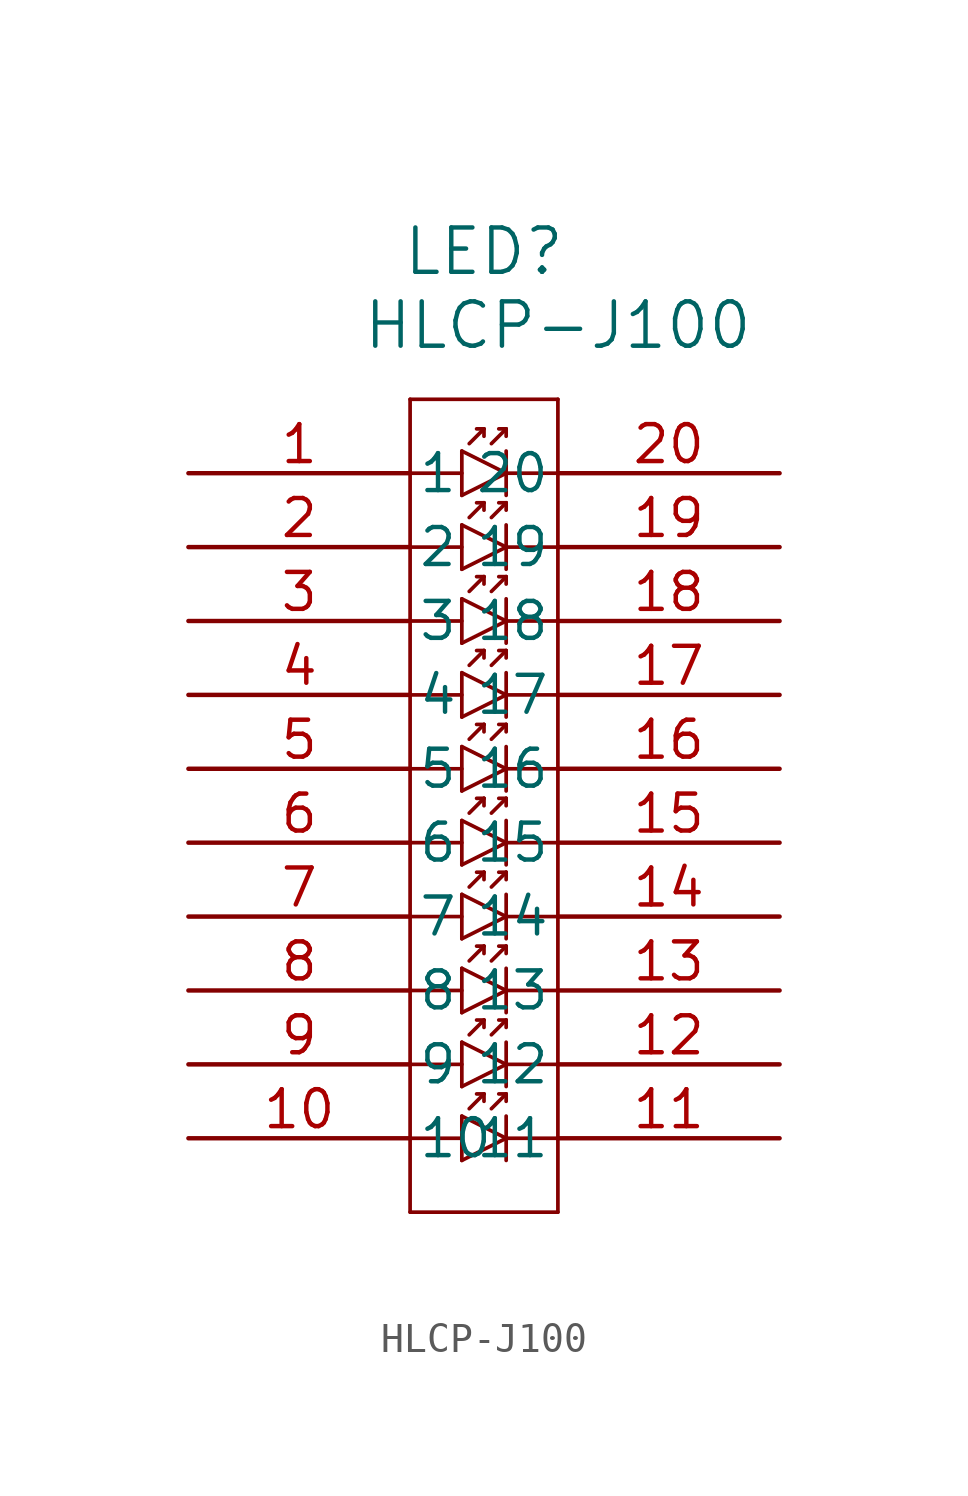
<source format=kicad_sym>
(kicad_symbol_lib
  (version 20211014)
  (generator kicad_symbol_editor)
  (symbol "HLCP-J100"
    (pin_names
      (offset 0.254))
    (property "Reference" "LED"
      (at 10.16 7.62 0)
      (effects (font (size 1.524 1.524))))
    (property "Value" "HLCP-J100"
      (at 12.7 5.08 0)
      (effects (font (size 1.524 1.524))))
    (symbol "HLCP-J100_0_1"
      (polyline (pts (xy 7.62 2.54) (xy 7.62 -25.4)) (stroke (width 0.127) (type default) (color 0 0 0 0)) (fill (type none)))
      (polyline (pts (xy 7.62 -25.4) (xy 12.7 -25.4)) (stroke (width 0.127) (type default) (color 0 0 0 0)) (fill (type none)))
      (polyline (pts (xy 12.7 -25.4) (xy 12.7 2.54)) (stroke (width 0.127) (type default) (color 0 0 0 0)) (fill (type none)))
      (polyline (pts (xy 12.7 2.54) (xy 7.62 2.54)) (stroke (width 0.127) (type default) (color 0 0 0 0)) (fill (type none)))
      (polyline (pts (xy 7.62 0) (xy 9.398 0)) (stroke (width 0.127) (type default) (color 0 0 0 0)) (fill (type none)))
      (polyline (pts (xy 9.398 0.762) (xy 9.398 -0.762)) (stroke (width 0.127) (type default) (color 0 0 0 0)) (fill (type none)))
      (polyline (pts (xy 9.398 -0.762) (xy 10.922 0)) (stroke (width 0.127) (type default) (color 0 0 0 0)) (fill (type none)))
      (polyline (pts (xy 10.922 0) (xy 9.398 0.762)) (stroke (width 0.127) (type default) (color 0 0 0 0)) (fill (type none)))
      (polyline (pts (xy 10.922 0.762) (xy 10.922 -0.762)) (stroke (width 0.127) (type default) (color 0 0 0 0)) (fill (type none)))
      (polyline (pts (xy 9.652 1.016) (xy 10.16 1.524)) (stroke (width 0.127) (type default) (color 0 0 0 0)) (fill (type none)))
      (polyline (pts (xy 10.16 1.524) (xy 9.906 1.524)) (stroke (width 0.127) (type default) (color 0 0 0 0)) (fill (type none)))
      (polyline (pts (xy 10.16 1.524) (xy 10.16 1.27)) (stroke (width 0.127) (type default) (color 0 0 0 0)) (fill (type none)))
      (polyline (pts (xy 10.414 1.016) (xy 10.922 1.524)) (stroke (width 0.127) (type default) (color 0 0 0 0)) (fill (type none)))
      (polyline (pts (xy 10.922 1.524) (xy 10.668 1.524)) (stroke (width 0.127) (type default) (color 0 0 0 0)) (fill (type none)))
      (polyline (pts (xy 10.922 1.524) (xy 10.922 1.27)) (stroke (width 0.127) (type default) (color 0 0 0 0)) (fill (type none)))
      (polyline (pts (xy 10.922 0) (xy 12.7 0)) (stroke (width 0.127) (type default) (color 0 0 0 0)) (fill (type none)))
      (polyline (pts (xy 7.62 -2.54) (xy 9.398 -2.54)) (stroke (width 0.127) (type default) (color 0 0 0 0)) (fill (type none)))
      (polyline (pts (xy 9.398 -1.778) (xy 9.398 -3.302)) (stroke (width 0.127) (type default) (color 0 0 0 0)) (fill (type none)))
      (polyline (pts (xy 9.398 -3.302) (xy 10.922 -2.54)) (stroke (width 0.127) (type default) (color 0 0 0 0)) (fill (type none)))
      (polyline (pts (xy 10.922 -2.54) (xy 9.398 -1.778)) (stroke (width 0.127) (type default) (color 0 0 0 0)) (fill (type none)))
      (polyline (pts (xy 10.922 -1.778) (xy 10.922 -3.302)) (stroke (width 0.127) (type default) (color 0 0 0 0)) (fill (type none)))
      (polyline (pts (xy 9.652 -1.524) (xy 10.16 -1.016)) (stroke (width 0.127) (type default) (color 0 0 0 0)) (fill (type none)))
      (polyline (pts (xy 10.16 -1.016) (xy 9.906 -1.016)) (stroke (width 0.127) (type default) (color 0 0 0 0)) (fill (type none)))
      (polyline (pts (xy 10.16 -1.016) (xy 10.16 -1.27)) (stroke (width 0.127) (type default) (color 0 0 0 0)) (fill (type none)))
      (polyline (pts (xy 10.414 -1.524) (xy 10.922 -1.016)) (stroke (width 0.127) (type default) (color 0 0 0 0)) (fill (type none)))
      (polyline (pts (xy 10.922 -1.016) (xy 10.668 -1.016)) (stroke (width 0.127) (type default) (color 0 0 0 0)) (fill (type none)))
      (polyline (pts (xy 10.922 -1.016) (xy 10.922 -1.27)) (stroke (width 0.127) (type default) (color 0 0 0 0)) (fill (type none)))
      (polyline (pts (xy 10.922 -2.54) (xy 12.7 -2.54)) (stroke (width 0.127) (type default) (color 0 0 0 0)) (fill (type none)))
      (polyline (pts (xy 7.62 -5.08) (xy 9.398 -5.08)) (stroke (width 0.127) (type default) (color 0 0 0 0)) (fill (type none)))
      (polyline (pts (xy 9.398 -4.318) (xy 9.398 -5.842)) (stroke (width 0.127) (type default) (color 0 0 0 0)) (fill (type none)))
      (polyline (pts (xy 9.398 -5.842) (xy 10.922 -5.08)) (stroke (width 0.127) (type default) (color 0 0 0 0)) (fill (type none)))
      (polyline (pts (xy 10.922 -5.08) (xy 9.398 -4.318)) (stroke (width 0.127) (type default) (color 0 0 0 0)) (fill (type none)))
      (polyline (pts (xy 10.922 -4.318) (xy 10.922 -5.842)) (stroke (width 0.127) (type default) (color 0 0 0 0)) (fill (type none)))
      (polyline (pts (xy 9.652 -4.064) (xy 10.16 -3.556)) (stroke (width 0.127) (type default) (color 0 0 0 0)) (fill (type none)))
      (polyline (pts (xy 10.16 -3.556) (xy 9.906 -3.556)) (stroke (width 0.127) (type default) (color 0 0 0 0)) (fill (type none)))
      (polyline (pts (xy 10.16 -3.556) (xy 10.16 -3.81)) (stroke (width 0.127) (type default) (color 0 0 0 0)) (fill (type none)))
      (polyline (pts (xy 10.414 -4.064) (xy 10.922 -3.556)) (stroke (width 0.127) (type default) (color 0 0 0 0)) (fill (type none)))
      (polyline (pts (xy 10.922 -3.556) (xy 10.668 -3.556)) (stroke (width 0.127) (type default) (color 0 0 0 0)) (fill (type none)))
      (polyline (pts (xy 10.922 -3.556) (xy 10.922 -3.81)) (stroke (width 0.127) (type default) (color 0 0 0 0)) (fill (type none)))
      (polyline (pts (xy 10.922 -5.08) (xy 12.7 -5.08)) (stroke (width 0.127) (type default) (color 0 0 0 0)) (fill (type none)))
      (polyline (pts (xy 7.62 -7.62) (xy 9.398 -7.62)) (stroke (width 0.127) (type default) (color 0 0 0 0)) (fill (type none)))
      (polyline (pts (xy 9.398 -6.858) (xy 9.398 -8.382)) (stroke (width 0.127) (type default) (color 0 0 0 0)) (fill (type none)))
      (polyline (pts (xy 9.398 -8.382) (xy 10.922 -7.62)) (stroke (width 0.127) (type default) (color 0 0 0 0)) (fill (type none)))
      (polyline (pts (xy 10.922 -7.62) (xy 9.398 -6.858)) (stroke (width 0.127) (type default) (color 0 0 0 0)) (fill (type none)))
      (polyline (pts (xy 10.922 -6.858) (xy 10.922 -8.382)) (stroke (width 0.127) (type default) (color 0 0 0 0)) (fill (type none)))
      (polyline (pts (xy 9.652 -6.604) (xy 10.16 -6.096)) (stroke (width 0.127) (type default) (color 0 0 0 0)) (fill (type none)))
      (polyline (pts (xy 10.16 -6.096) (xy 9.906 -6.096)) (stroke (width 0.127) (type default) (color 0 0 0 0)) (fill (type none)))
      (polyline (pts (xy 10.16 -6.096) (xy 10.16 -6.35)) (stroke (width 0.127) (type default) (color 0 0 0 0)) (fill (type none)))
      (polyline (pts (xy 10.414 -6.604) (xy 10.922 -6.096)) (stroke (width 0.127) (type default) (color 0 0 0 0)) (fill (type none)))
      (polyline (pts (xy 10.922 -6.096) (xy 10.668 -6.096)) (stroke (width 0.127) (type default) (color 0 0 0 0)) (fill (type none)))
      (polyline (pts (xy 10.922 -6.096) (xy 10.922 -6.35)) (stroke (width 0.127) (type default) (color 0 0 0 0)) (fill (type none)))
      (polyline (pts (xy 10.922 -7.62) (xy 12.7 -7.62)) (stroke (width 0.127) (type default) (color 0 0 0 0)) (fill (type none)))
      (polyline (pts (xy 7.62 -10.16) (xy 9.398 -10.16)) (stroke (width 0.127) (type default) (color 0 0 0 0)) (fill (type none)))
      (polyline (pts (xy 9.398 -9.398) (xy 9.398 -10.922)) (stroke (width 0.127) (type default) (color 0 0 0 0)) (fill (type none)))
      (polyline (pts (xy 9.398 -10.922) (xy 10.922 -10.16)) (stroke (width 0.127) (type default) (color 0 0 0 0)) (fill (type none)))
      (polyline (pts (xy 10.922 -10.16) (xy 9.398 -9.398)) (stroke (width 0.127) (type default) (color 0 0 0 0)) (fill (type none)))
      (polyline (pts (xy 10.922 -9.398) (xy 10.922 -10.922)) (stroke (width 0.127) (type default) (color 0 0 0 0)) (fill (type none)))
      (polyline (pts (xy 9.652 -9.144) (xy 10.16 -8.636)) (stroke (width 0.127) (type default) (color 0 0 0 0)) (fill (type none)))
      (polyline (pts (xy 10.16 -8.636) (xy 9.906 -8.636)) (stroke (width 0.127) (type default) (color 0 0 0 0)) (fill (type none)))
      (polyline (pts (xy 10.16 -8.636) (xy 10.16 -8.89)) (stroke (width 0.127) (type default) (color 0 0 0 0)) (fill (type none)))
      (polyline (pts (xy 10.414 -9.144) (xy 10.922 -8.636)) (stroke (width 0.127) (type default) (color 0 0 0 0)) (fill (type none)))
      (polyline (pts (xy 10.922 -8.636) (xy 10.668 -8.636)) (stroke (width 0.127) (type default) (color 0 0 0 0)) (fill (type none)))
      (polyline (pts (xy 10.922 -8.636) (xy 10.922 -8.89)) (stroke (width 0.127) (type default) (color 0 0 0 0)) (fill (type none)))
      (polyline (pts (xy 10.922 -10.16) (xy 12.7 -10.16)) (stroke (width 0.127) (type default) (color 0 0 0 0)) (fill (type none)))
      (polyline (pts (xy 7.62 -12.7) (xy 9.398 -12.7)) (stroke (width 0.127) (type default) (color 0 0 0 0)) (fill (type none)))
      (polyline (pts (xy 9.398 -11.938) (xy 9.398 -13.462)) (stroke (width 0.127) (type default) (color 0 0 0 0)) (fill (type none)))
      (polyline (pts (xy 9.398 -13.462) (xy 10.922 -12.7)) (stroke (width 0.127) (type default) (color 0 0 0 0)) (fill (type none)))
      (polyline (pts (xy 10.922 -12.7) (xy 9.398 -11.938)) (stroke (width 0.127) (type default) (color 0 0 0 0)) (fill (type none)))
      (polyline (pts (xy 10.922 -11.938) (xy 10.922 -13.462)) (stroke (width 0.127) (type default) (color 0 0 0 0)) (fill (type none)))
      (polyline (pts (xy 9.652 -11.684) (xy 10.16 -11.176)) (stroke (width 0.127) (type default) (color 0 0 0 0)) (fill (type none)))
      (polyline (pts (xy 10.16 -11.176) (xy 9.906 -11.176)) (stroke (width 0.127) (type default) (color 0 0 0 0)) (fill (type none)))
      (polyline (pts (xy 10.16 -11.176) (xy 10.16 -11.43)) (stroke (width 0.127) (type default) (color 0 0 0 0)) (fill (type none)))
      (polyline (pts (xy 10.414 -11.684) (xy 10.922 -11.176)) (stroke (width 0.127) (type default) (color 0 0 0 0)) (fill (type none)))
      (polyline (pts (xy 10.922 -11.176) (xy 10.668 -11.176)) (stroke (width 0.127) (type default) (color 0 0 0 0)) (fill (type none)))
      (polyline (pts (xy 10.922 -11.176) (xy 10.922 -11.43)) (stroke (width 0.127) (type default) (color 0 0 0 0)) (fill (type none)))
      (polyline (pts (xy 10.922 -12.7) (xy 12.7 -12.7)) (stroke (width 0.127) (type default) (color 0 0 0 0)) (fill (type none)))
      (polyline (pts (xy 7.62 -15.24) (xy 9.398 -15.24)) (stroke (width 0.127) (type default) (color 0 0 0 0)) (fill (type none)))
      (polyline (pts (xy 9.398 -14.478) (xy 9.398 -16.002)) (stroke (width 0.127) (type default) (color 0 0 0 0)) (fill (type none)))
      (polyline (pts (xy 9.398 -16.002) (xy 10.922 -15.24)) (stroke (width 0.127) (type default) (color 0 0 0 0)) (fill (type none)))
      (polyline (pts (xy 10.922 -15.24) (xy 9.398 -14.478)) (stroke (width 0.127) (type default) (color 0 0 0 0)) (fill (type none)))
      (polyline (pts (xy 10.922 -14.478) (xy 10.922 -16.002)) (stroke (width 0.127) (type default) (color 0 0 0 0)) (fill (type none)))
      (polyline (pts (xy 9.652 -14.224) (xy 10.16 -13.716)) (stroke (width 0.127) (type default) (color 0 0 0 0)) (fill (type none)))
      (polyline (pts (xy 10.16 -13.716) (xy 9.906 -13.716)) (stroke (width 0.127) (type default) (color 0 0 0 0)) (fill (type none)))
      (polyline (pts (xy 10.16 -13.716) (xy 10.16 -13.97)) (stroke (width 0.127) (type default) (color 0 0 0 0)) (fill (type none)))
      (polyline (pts (xy 10.414 -14.224) (xy 10.922 -13.716)) (stroke (width 0.127) (type default) (color 0 0 0 0)) (fill (type none)))
      (polyline (pts (xy 10.922 -13.716) (xy 10.668 -13.716)) (stroke (width 0.127) (type default) (color 0 0 0 0)) (fill (type none)))
      (polyline (pts (xy 10.922 -13.716) (xy 10.922 -13.97)) (stroke (width 0.127) (type default) (color 0 0 0 0)) (fill (type none)))
      (polyline (pts (xy 10.922 -15.24) (xy 12.7 -15.24)) (stroke (width 0.127) (type default) (color 0 0 0 0)) (fill (type none)))
      (polyline (pts (xy 7.62 -17.78) (xy 9.398 -17.78)) (stroke (width 0.127) (type default) (color 0 0 0 0)) (fill (type none)))
      (polyline (pts (xy 9.398 -17.018) (xy 9.398 -18.542)) (stroke (width 0.127) (type default) (color 0 0 0 0)) (fill (type none)))
      (polyline (pts (xy 9.398 -18.542) (xy 10.922 -17.78)) (stroke (width 0.127) (type default) (color 0 0 0 0)) (fill (type none)))
      (polyline (pts (xy 10.922 -17.78) (xy 9.398 -17.018)) (stroke (width 0.127) (type default) (color 0 0 0 0)) (fill (type none)))
      (polyline (pts (xy 10.922 -17.018) (xy 10.922 -18.542)) (stroke (width 0.127) (type default) (color 0 0 0 0)) (fill (type none)))
      (polyline (pts (xy 9.652 -16.764) (xy 10.16 -16.256)) (stroke (width 0.127) (type default) (color 0 0 0 0)) (fill (type none)))
      (polyline (pts (xy 10.16 -16.256) (xy 9.906 -16.256)) (stroke (width 0.127) (type default) (color 0 0 0 0)) (fill (type none)))
      (polyline (pts (xy 10.16 -16.256) (xy 10.16 -16.51)) (stroke (width 0.127) (type default) (color 0 0 0 0)) (fill (type none)))
      (polyline (pts (xy 10.414 -16.764) (xy 10.922 -16.256)) (stroke (width 0.127) (type default) (color 0 0 0 0)) (fill (type none)))
      (polyline (pts (xy 10.922 -16.256) (xy 10.668 -16.256)) (stroke (width 0.127) (type default) (color 0 0 0 0)) (fill (type none)))
      (polyline (pts (xy 10.922 -16.256) (xy 10.922 -16.51)) (stroke (width 0.127) (type default) (color 0 0 0 0)) (fill (type none)))
      (polyline (pts (xy 10.922 -17.78) (xy 12.7 -17.78)) (stroke (width 0.127) (type default) (color 0 0 0 0)) (fill (type none)))
      (polyline (pts (xy 7.62 -20.32) (xy 9.398 -20.32)) (stroke (width 0.127) (type default) (color 0 0 0 0)) (fill (type none)))
      (polyline (pts (xy 9.398 -19.558) (xy 9.398 -21.082)) (stroke (width 0.127) (type default) (color 0 0 0 0)) (fill (type none)))
      (polyline (pts (xy 9.398 -21.082) (xy 10.922 -20.32)) (stroke (width 0.127) (type default) (color 0 0 0 0)) (fill (type none)))
      (polyline (pts (xy 10.922 -20.32) (xy 9.398 -19.558)) (stroke (width 0.127) (type default) (color 0 0 0 0)) (fill (type none)))
      (polyline (pts (xy 10.922 -19.558) (xy 10.922 -21.082)) (stroke (width 0.127) (type default) (color 0 0 0 0)) (fill (type none)))
      (polyline (pts (xy 9.652 -19.304) (xy 10.16 -18.796)) (stroke (width 0.127) (type default) (color 0 0 0 0)) (fill (type none)))
      (polyline (pts (xy 10.16 -18.796) (xy 9.906 -18.796)) (stroke (width 0.127) (type default) (color 0 0 0 0)) (fill (type none)))
      (polyline (pts (xy 10.16 -18.796) (xy 10.16 -19.05)) (stroke (width 0.127) (type default) (color 0 0 0 0)) (fill (type none)))
      (polyline (pts (xy 10.414 -19.304) (xy 10.922 -18.796)) (stroke (width 0.127) (type default) (color 0 0 0 0)) (fill (type none)))
      (polyline (pts (xy 10.922 -18.796) (xy 10.668 -18.796)) (stroke (width 0.127) (type default) (color 0 0 0 0)) (fill (type none)))
      (polyline (pts (xy 10.922 -18.796) (xy 10.922 -19.05)) (stroke (width 0.127) (type default) (color 0 0 0 0)) (fill (type none)))
      (polyline (pts (xy 10.922 -20.32) (xy 12.7 -20.32)) (stroke (width 0.127) (type default) (color 0 0 0 0)) (fill (type none)))
      (polyline (pts (xy 7.62 -22.86) (xy 9.398 -22.86)) (stroke (width 0.127) (type default) (color 0 0 0 0)) (fill (type none)))
      (polyline (pts (xy 9.398 -22.098) (xy 9.398 -23.622)) (stroke (width 0.127) (type default) (color 0 0 0 0)) (fill (type none)))
      (polyline (pts (xy 9.398 -23.622) (xy 10.922 -22.86)) (stroke (width 0.127) (type default) (color 0 0 0 0)) (fill (type none)))
      (polyline (pts (xy 10.922 -22.86) (xy 9.398 -22.098)) (stroke (width 0.127) (type default) (color 0 0 0 0)) (fill (type none)))
      (polyline (pts (xy 10.922 -22.098) (xy 10.922 -23.622)) (stroke (width 0.127) (type default) (color 0 0 0 0)) (fill (type none)))
      (polyline (pts (xy 9.652 -21.844) (xy 10.16 -21.336)) (stroke (width 0.127) (type default) (color 0 0 0 0)) (fill (type none)))
      (polyline (pts (xy 10.16 -21.336) (xy 9.906 -21.336)) (stroke (width 0.127) (type default) (color 0 0 0 0)) (fill (type none)))
      (polyline (pts (xy 10.16 -21.336) (xy 10.16 -21.59)) (stroke (width 0.127) (type default) (color 0 0 0 0)) (fill (type none)))
      (polyline (pts (xy 10.414 -21.844) (xy 10.922 -21.336)) (stroke (width 0.127) (type default) (color 0 0 0 0)) (fill (type none)))
      (polyline (pts (xy 10.922 -21.336) (xy 10.668 -21.336)) (stroke (width 0.127) (type default) (color 0 0 0 0)) (fill (type none)))
      (polyline (pts (xy 10.922 -21.336) (xy 10.922 -21.59)) (stroke (width 0.127) (type default) (color 0 0 0 0)) (fill (type none)))
      (polyline (pts (xy 10.922 -22.86) (xy 12.7 -22.86)) (stroke (width 0.127) (type default) (color 0 0 0 0)) (fill (type none)))
      (pin unspecified line (at 0 0 0) (length 7.62) (name "1" (effects (font (size 1.27 1.27)))) (number "1" (effects (font (size 1.27 1.27)))))
      (pin unspecified line (at 0 -2.54 0) (length 7.62) (name "2" (effects (font (size 1.27 1.27)))) (number "2" (effects (font (size 1.27 1.27)))))
      (pin unspecified line (at 0 -5.08 0) (length 7.62) (name "3" (effects (font (size 1.27 1.27)))) (number "3" (effects (font (size 1.27 1.27)))))
      (pin unspecified line (at 0 -7.62 0) (length 7.62) (name "4" (effects (font (size 1.27 1.27)))) (number "4" (effects (font (size 1.27 1.27)))))
      (pin unspecified line (at 0 -10.16 0) (length 7.62) (name "5" (effects (font (size 1.27 1.27)))) (number "5" (effects (font (size 1.27 1.27)))))
      (pin unspecified line (at 0 -12.7 0) (length 7.62) (name "6" (effects (font (size 1.27 1.27)))) (number "6" (effects (font (size 1.27 1.27)))))
      (pin unspecified line (at 0 -15.24 0) (length 7.62) (name "7" (effects (font (size 1.27 1.27)))) (number "7" (effects (font (size 1.27 1.27)))))
      (pin unspecified line (at 0 -17.78 0) (length 7.62) (name "8" (effects (font (size 1.27 1.27)))) (number "8" (effects (font (size 1.27 1.27)))))
      (pin unspecified line (at 0 -20.32 0) (length 7.62) (name "9" (effects (font (size 1.27 1.27)))) (number "9" (effects (font (size 1.27 1.27)))))
      (pin unspecified line (at 0 -22.86 0) (length 7.62) (name "10" (effects (font (size 1.27 1.27)))) (number "10" (effects (font (size 1.27 1.27)))))
      (pin unspecified line (at 20.32 -22.86 180) (length 7.62) (name "11" (effects (font (size 1.27 1.27)))) (number "11" (effects (font (size 1.27 1.27)))))
      (pin unspecified line (at 20.32 -20.32 180) (length 7.62) (name "12" (effects (font (size 1.27 1.27)))) (number "12" (effects (font (size 1.27 1.27)))))
      (pin unspecified line (at 20.32 -17.78 180) (length 7.62) (name "13" (effects (font (size 1.27 1.27)))) (number "13" (effects (font (size 1.27 1.27)))))
      (pin unspecified line (at 20.32 -15.24 180) (length 7.62) (name "14" (effects (font (size 1.27 1.27)))) (number "14" (effects (font (size 1.27 1.27)))))
      (pin unspecified line (at 20.32 -12.7 180) (length 7.62) (name "15" (effects (font (size 1.27 1.27)))) (number "15" (effects (font (size 1.27 1.27)))))
      (pin unspecified line (at 20.32 -10.16 180) (length 7.62) (name "16" (effects (font (size 1.27 1.27)))) (number "16" (effects (font (size 1.27 1.27)))))
      (pin unspecified line (at 20.32 -7.62 180) (length 7.62) (name "17" (effects (font (size 1.27 1.27)))) (number "17" (effects (font (size 1.27 1.27)))))
      (pin unspecified line (at 20.32 -5.08 180) (length 7.62) (name "18" (effects (font (size 1.27 1.27)))) (number "18" (effects (font (size 1.27 1.27)))))
      (pin unspecified line (at 20.32 -2.54 180) (length 7.62) (name "19" (effects (font (size 1.27 1.27)))) (number "19" (effects (font (size 1.27 1.27)))))
      (pin unspecified line (at 20.32 0 180) (length 7.62) (name "20" (effects (font (size 1.27 1.27)))) (number "20" (effects (font (size 1.27 1.27))))))))
</source>
